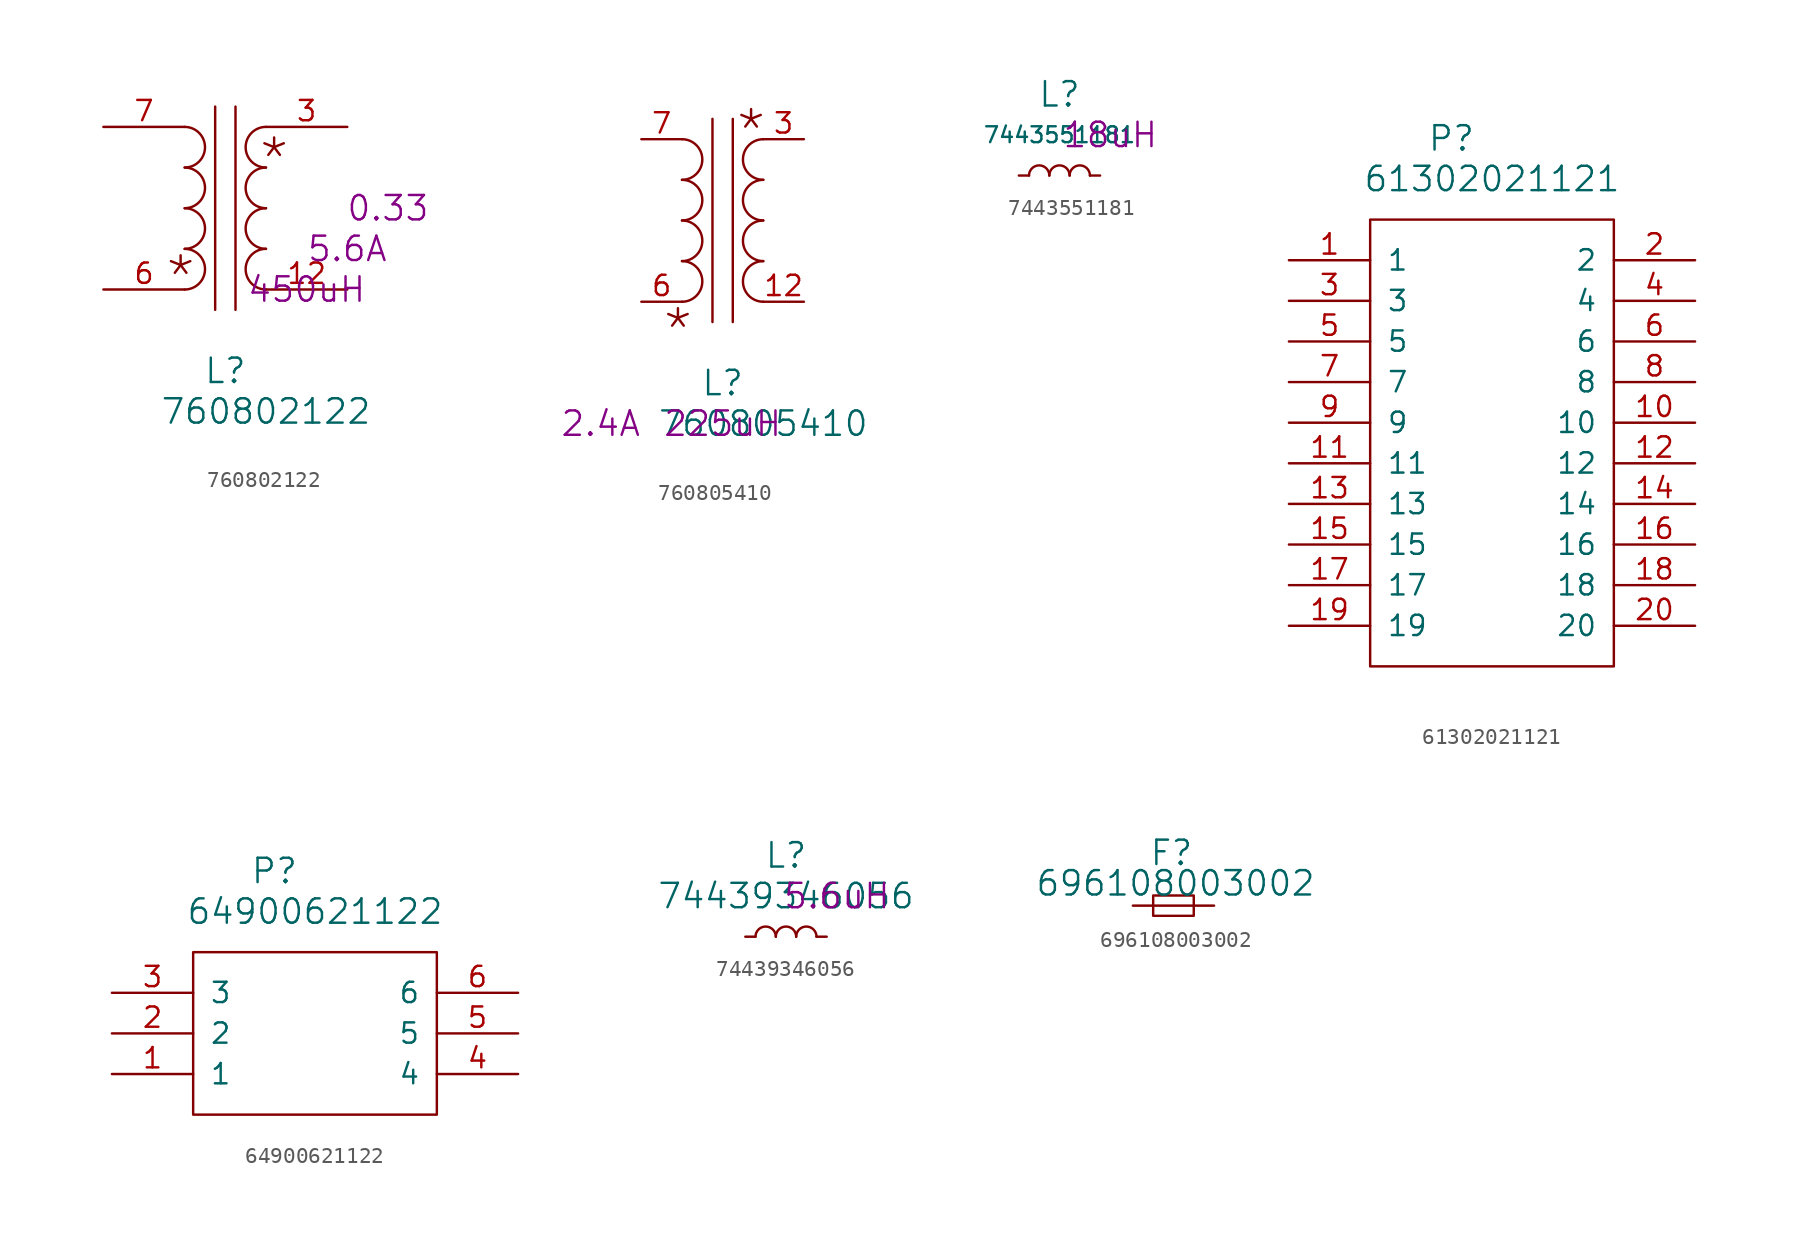
<source format=kicad_sym>
(kicad_symbol_lib
  (version 20220914)
  (generator kicad_symbol_editor)
  (symbol "760802122"
    (pin_names
      (offset 1.016) hide)
    (property "Reference" "L"
      (at 2.54 -2.54 0)
      (effects (font (size 1.524 1.524))))
    (property "Value" "760802122"
      (at 5.08 -5.08 0)
      (effects (font (size 1.524 1.524))))
    (property "Value2" "450uH"
      (at 7.62 2.54 0)
      (effects (font (size 1.524 1.524))))
    (property "Rating" "5.6A"
      (at 10.16 5.08 0)
      (effects (font (size 1.524 1.524))))
    (property "DCR" "0.33"
      (at 12.7 7.62 0)
      (effects (font (size 1.524 1.524))))
    (symbol "760802122_1_1"
      (polyline (pts (xy 1.905 13.97) (xy 1.905 1.27)) (stroke (width 0) (type solid)) (fill (type none)))
      (polyline (pts (xy 3.175 13.97) (xy 3.175 1.27)) (stroke (width 0) (type solid)) (fill (type none)))
      (arc (start 0 2.54) (mid 1.2645 3.81) (end 0 5.08) (stroke (width 0) (type solid)) (fill (type none)))
      (arc (start 0 5.08) (mid 1.2645 6.35) (end 0 7.62) (stroke (width 0) (type solid)) (fill (type none)))
      (arc (start 0 7.62) (mid 1.2645 8.89) (end 0 10.16) (stroke (width 0) (type solid)) (fill (type none)))
      (arc (start 0 10.16) (mid 1.2645 11.43) (end 0 12.7) (stroke (width 0) (type solid)) (fill (type none)))
      (arc (start 5.08 5.08) (mid 3.8155 3.81) (end 5.08 2.54) (stroke (width 0) (type solid)) (fill (type none)))
      (arc (start 5.08 7.62) (mid 3.8155 6.35) (end 5.08 5.08) (stroke (width 0) (type solid)) (fill (type none)))
      (arc (start 5.08 10.16) (mid 3.8155 8.89) (end 5.08 7.62) (stroke (width 0) (type solid)) (fill (type none)))
      (arc (start 5.08 12.7) (mid 3.8155 11.43) (end 5.08 10.16) (stroke (width 0) (type solid)) (fill (type none)))
      (text "*" (at -0.254 3.302 0) (effects (font (size 2.54 2.54))))
      (text "*" (at 5.588 10.668 0) (effects (font (size 2.54 2.54))))
      (pin passive line (at 10.16 2.54 180) (length 5.08) (name "12" (effects (font (size 1.27 1.27)))) (number "12" (effects (font (size 1.27 1.27)))))
      (pin passive line (at 10.16 12.7 180) (length 5.08) (name "3" (effects (font (size 1.27 1.27)))) (number "3" (effects (font (size 1.27 1.27)))))
      (pin passive line (at -5.08 2.54 0) (length 5.08) (name "6" (effects (font (size 1.27 1.27)))) (number "6" (effects (font (size 1.27 1.27)))))
      (pin passive line (at -5.08 12.7 0) (length 5.08) (name "7" (effects (font (size 1.27 1.27)))) (number "7" (effects (font (size 1.27 1.27)))))))
  (symbol "760805410"
    (pin_names
      (offset 1.016) hide)
    (property "Reference" "L"
      (at 2.54 -2.54 0)
      (effects (font (size 1.524 1.524))))
    (property "Value" "760805410"
      (at 5.08 -5.08 0)
      (effects (font (size 1.524 1.524))))
    (property "Value2" "225uH"
      (at 2.54 -5.08 0)
      (effects (font (size 1.524 1.524))))
    (property "IR" "2.4A"
      (at -5.08 -5.08 0)
      (effects (font (size 1.524 1.524))))
    (symbol "760805410_1_1"
      (polyline (pts (xy 1.905 13.97) (xy 1.905 1.27)) (stroke (width 0) (type solid)) (fill (type none)))
      (polyline (pts (xy 3.175 13.97) (xy 3.175 1.27)) (stroke (width 0) (type solid)) (fill (type none)))
      (arc (start 0 2.54) (mid 1.2645 3.81) (end 0 5.08) (stroke (width 0) (type solid)) (fill (type none)))
      (arc (start 0 5.08) (mid 1.2645 6.35) (end 0 7.62) (stroke (width 0) (type solid)) (fill (type none)))
      (arc (start 0 7.62) (mid 1.2645 8.89) (end 0 10.16) (stroke (width 0) (type solid)) (fill (type none)))
      (arc (start 0 10.16) (mid 1.2645 11.43) (end 0 12.7) (stroke (width 0) (type solid)) (fill (type none)))
      (arc (start 5.08 5.08) (mid 3.8155 3.81) (end 5.08 2.54) (stroke (width 0) (type solid)) (fill (type none)))
      (arc (start 5.08 7.62) (mid 3.8155 6.35) (end 5.08 5.08) (stroke (width 0) (type solid)) (fill (type none)))
      (arc (start 5.08 10.16) (mid 3.8155 8.89) (end 5.08 7.62) (stroke (width 0) (type solid)) (fill (type none)))
      (arc (start 5.08 12.7) (mid 3.8155 11.43) (end 5.08 10.16) (stroke (width 0) (type solid)) (fill (type none)))
      (text "*" (at -0.254 0.762 0) (effects (font (size 2.54 2.54))))
      (text "*" (at 4.318 13.208 0) (effects (font (size 2.54 2.54))))
      (pin passive line (at 7.62 2.54 180) (length 2.54) (name "12" (effects (font (size 1.27 1.27)))) (number "12" (effects (font (size 1.27 1.27)))))
      (pin passive line (at 7.62 12.7 180) (length 2.54) (name "3" (effects (font (size 1.27 1.27)))) (number "3" (effects (font (size 1.27 1.27)))))
      (pin passive line (at -2.54 2.54 0) (length 2.54) (name "6" (effects (font (size 1.27 1.27)))) (number "6" (effects (font (size 1.27 1.27)))))
      (pin passive line (at -2.54 12.7 0) (length 2.54) (name "7" (effects (font (size 1.27 1.27)))) (number "7" (effects (font (size 1.27 1.27)))))))
  (symbol "7443551181"
    (pin_numbers hide)
    (pin_names
      (offset 1.016) hide)
    (property "Reference" "L"
      (at 0 5.08 0)
      (effects (font (size 1.524 1.524))))
    (property "Value" "7443551181"
      (at 0 2.54 0)
      (effects (font (size 0.991 0.991))))
    (property "Value2" "18uH"
      (at 3.175 2.54 0)
      (effects (font (size 1.524 1.524))))
    (symbol "7443551181_0_1"
      (arc (start -0.635 0) (mid -1.27 0.6323) (end -1.905 0) (stroke (width 0) (type solid)) (fill (type none)))
      (arc (start 0.635 0) (mid 0 0.6323) (end -0.635 0) (stroke (width 0) (type solid)) (fill (type none)))
      (arc (start 1.905 0) (mid 1.27 0.6323) (end 0.635 0) (stroke (width 0) (type solid)) (fill (type none))))
    (symbol "7443551181_1_1"
      (pin passive line (at -2.54 0 0) (length 0.635) (name "1" (effects (font (size 1.27 1.27)))) (number "1" (effects (font (size 1.27 1.27)))))
      (pin passive line (at 2.54 0 180) (length 0.635) (name "2" (effects (font (size 1.27 1.27)))) (number "2" (effects (font (size 1.27 1.27)))))))
  (symbol "61302021121"
    (pin_names
      (offset 1.016))
    (property "Reference" "P"
      (at 5.08 33.02 0)
      (effects (font (size 1.524 1.524))))
    (property "Value" "61302021121"
      (at 7.62 30.48 0)
      (effects (font (size 1.524 1.524))))
    (symbol "61302021121_0_1"
      (rectangle (start 0 0) (end 15.24 27.94) (stroke (width 0) (type solid)) (fill (type none))))
    (symbol "61302021121_1_1"
      (pin passive line (at -5.08 25.4 0) (length 5.08) (name "1" (effects (font (size 1.27 1.27)))) (number "1" (effects (font (size 1.27 1.27)))))
      (pin passive line (at 20.32 15.24 180) (length 5.08) (name "10" (effects (font (size 1.27 1.27)))) (number "10" (effects (font (size 1.27 1.27)))))
      (pin passive line (at -5.08 12.7 0) (length 5.08) (name "11" (effects (font (size 1.27 1.27)))) (number "11" (effects (font (size 1.27 1.27)))))
      (pin passive line (at 20.32 12.7 180) (length 5.08) (name "12" (effects (font (size 1.27 1.27)))) (number "12" (effects (font (size 1.27 1.27)))))
      (pin passive line (at -5.08 10.16 0) (length 5.08) (name "13" (effects (font (size 1.27 1.27)))) (number "13" (effects (font (size 1.27 1.27)))))
      (pin passive line (at 20.32 10.16 180) (length 5.08) (name "14" (effects (font (size 1.27 1.27)))) (number "14" (effects (font (size 1.27 1.27)))))
      (pin passive line (at -5.08 7.62 0) (length 5.08) (name "15" (effects (font (size 1.27 1.27)))) (number "15" (effects (font (size 1.27 1.27)))))
      (pin passive line (at 20.32 7.62 180) (length 5.08) (name "16" (effects (font (size 1.27 1.27)))) (number "16" (effects (font (size 1.27 1.27)))))
      (pin passive line (at -5.08 5.08 0) (length 5.08) (name "17" (effects (font (size 1.27 1.27)))) (number "17" (effects (font (size 1.27 1.27)))))
      (pin passive line (at 20.32 5.08 180) (length 5.08) (name "18" (effects (font (size 1.27 1.27)))) (number "18" (effects (font (size 1.27 1.27)))))
      (pin passive line (at -5.08 2.54 0) (length 5.08) (name "19" (effects (font (size 1.27 1.27)))) (number "19" (effects (font (size 1.27 1.27)))))
      (pin passive line (at 20.32 25.4 180) (length 5.08) (name "2" (effects (font (size 1.27 1.27)))) (number "2" (effects (font (size 1.27 1.27)))))
      (pin passive line (at 20.32 2.54 180) (length 5.08) (name "20" (effects (font (size 1.27 1.27)))) (number "20" (effects (font (size 1.27 1.27)))))
      (pin passive line (at -5.08 22.86 0) (length 5.08) (name "3" (effects (font (size 1.27 1.27)))) (number "3" (effects (font (size 1.27 1.27)))))
      (pin passive line (at 20.32 22.86 180) (length 5.08) (name "4" (effects (font (size 1.27 1.27)))) (number "4" (effects (font (size 1.27 1.27)))))
      (pin passive line (at -5.08 20.32 0) (length 5.08) (name "5" (effects (font (size 1.27 1.27)))) (number "5" (effects (font (size 1.27 1.27)))))
      (pin passive line (at 20.32 20.32 180) (length 5.08) (name "6" (effects (font (size 1.27 1.27)))) (number "6" (effects (font (size 1.27 1.27)))))
      (pin passive line (at -5.08 17.78 0) (length 5.08) (name "7" (effects (font (size 1.27 1.27)))) (number "7" (effects (font (size 1.27 1.27)))))
      (pin passive line (at 20.32 17.78 180) (length 5.08) (name "8" (effects (font (size 1.27 1.27)))) (number "8" (effects (font (size 1.27 1.27)))))
      (pin passive line (at -5.08 15.24 0) (length 5.08) (name "9" (effects (font (size 1.27 1.27)))) (number "9" (effects (font (size 1.27 1.27)))))))
  (symbol "64900621122"
    (pin_names
      (offset 1.016))
    (property "Reference" "P"
      (at 5.08 15.24 0)
      (effects (font (size 1.524 1.524))))
    (property "Value" "64900621122"
      (at 7.62 12.7 0)
      (effects (font (size 1.524 1.524))))
    (symbol "64900621122_0_1"
      (rectangle (start 0 0) (end 15.24 10.16) (stroke (width 0) (type solid)) (fill (type none))))
    (symbol "64900621122_1_1"
      (pin passive line (at -5.08 2.54 0) (length 5.08) (name "1" (effects (font (size 1.27 1.27)))) (number "1" (effects (font (size 1.27 1.27)))))
      (pin passive line (at -5.08 5.08 0) (length 5.08) (name "2" (effects (font (size 1.27 1.27)))) (number "2" (effects (font (size 1.27 1.27)))))
      (pin passive line (at -5.08 7.62 0) (length 5.08) (name "3" (effects (font (size 1.27 1.27)))) (number "3" (effects (font (size 1.27 1.27)))))
      (pin passive line (at 20.32 2.54 180) (length 5.08) (name "4" (effects (font (size 1.27 1.27)))) (number "4" (effects (font (size 1.27 1.27)))))
      (pin passive line (at 20.32 5.08 180) (length 5.08) (name "5" (effects (font (size 1.27 1.27)))) (number "5" (effects (font (size 1.27 1.27)))))
      (pin passive line (at 20.32 7.62 180) (length 5.08) (name "6" (effects (font (size 1.27 1.27)))) (number "6" (effects (font (size 1.27 1.27)))))))
  (symbol "74439346056"
    (pin_numbers hide)
    (pin_names
      (offset 1.016) hide)
    (property "Reference" "L"
      (at 0 5.08 0)
      (effects (font (size 1.524 1.524))))
    (property "Value" "74439346056"
      (at 0 2.54 0)
      (effects (font (size 1.524 1.524))))
    (property "Value2" "5.6uH"
      (at 3.175 2.54 0)
      (effects (font (size 1.524 1.524))))
    (symbol "74439346056_0_1"
      (arc (start -0.635 0) (mid -1.27 0.6323) (end -1.905 0) (stroke (width 0) (type solid)) (fill (type none)))
      (arc (start 0.635 0) (mid 0 0.6323) (end -0.635 0) (stroke (width 0) (type solid)) (fill (type none)))
      (arc (start 1.905 0) (mid 1.27 0.6323) (end 0.635 0) (stroke (width 0) (type solid)) (fill (type none))))
    (symbol "74439346056_1_1"
      (pin passive line (at -2.54 0 0) (length 0.635) (name "1" (effects (font (size 1.27 1.27)))) (number "1" (effects (font (size 1.27 1.27)))))
      (pin passive line (at 2.54 0 180) (length 0.635) (name "2" (effects (font (size 1.27 1.27)))) (number "2" (effects (font (size 1.27 1.27)))))))
  (symbol "696108003002"
    (pin_numbers hide)
    (pin_names
      (offset 1.016) hide)
    (property "Reference" "F"
      (at -0.127 3.302 0)
      (effects (font (size 1.524 1.524))))
    (property "Value" "696108003002"
      (at 0.127 1.397 0)
      (effects (font (size 1.524 1.524))))
    (symbol "696108003002_0_1"
      (rectangle (start -1.27 0.635) (end 1.27 -0.635) (stroke (width 0) (type solid)) (fill (type none)))
      (polyline (pts (xy -1.27 0) (xy 1.27 0)) (stroke (width 0) (type solid)) (fill (type none))))
    (symbol "696108003002_1_1"
      (pin passive line (at -2.54 0 0) (length 1.27) (name "1" (effects (font (size 1.27 1.27)))) (number "1" (effects (font (size 1.27 1.27)))))
      (pin passive line (at 2.54 0 180) (length 1.27) (name "2" (effects (font (size 1.27 1.27)))) (number "2" (effects (font (size 1.27 1.27))))))))
</source>
